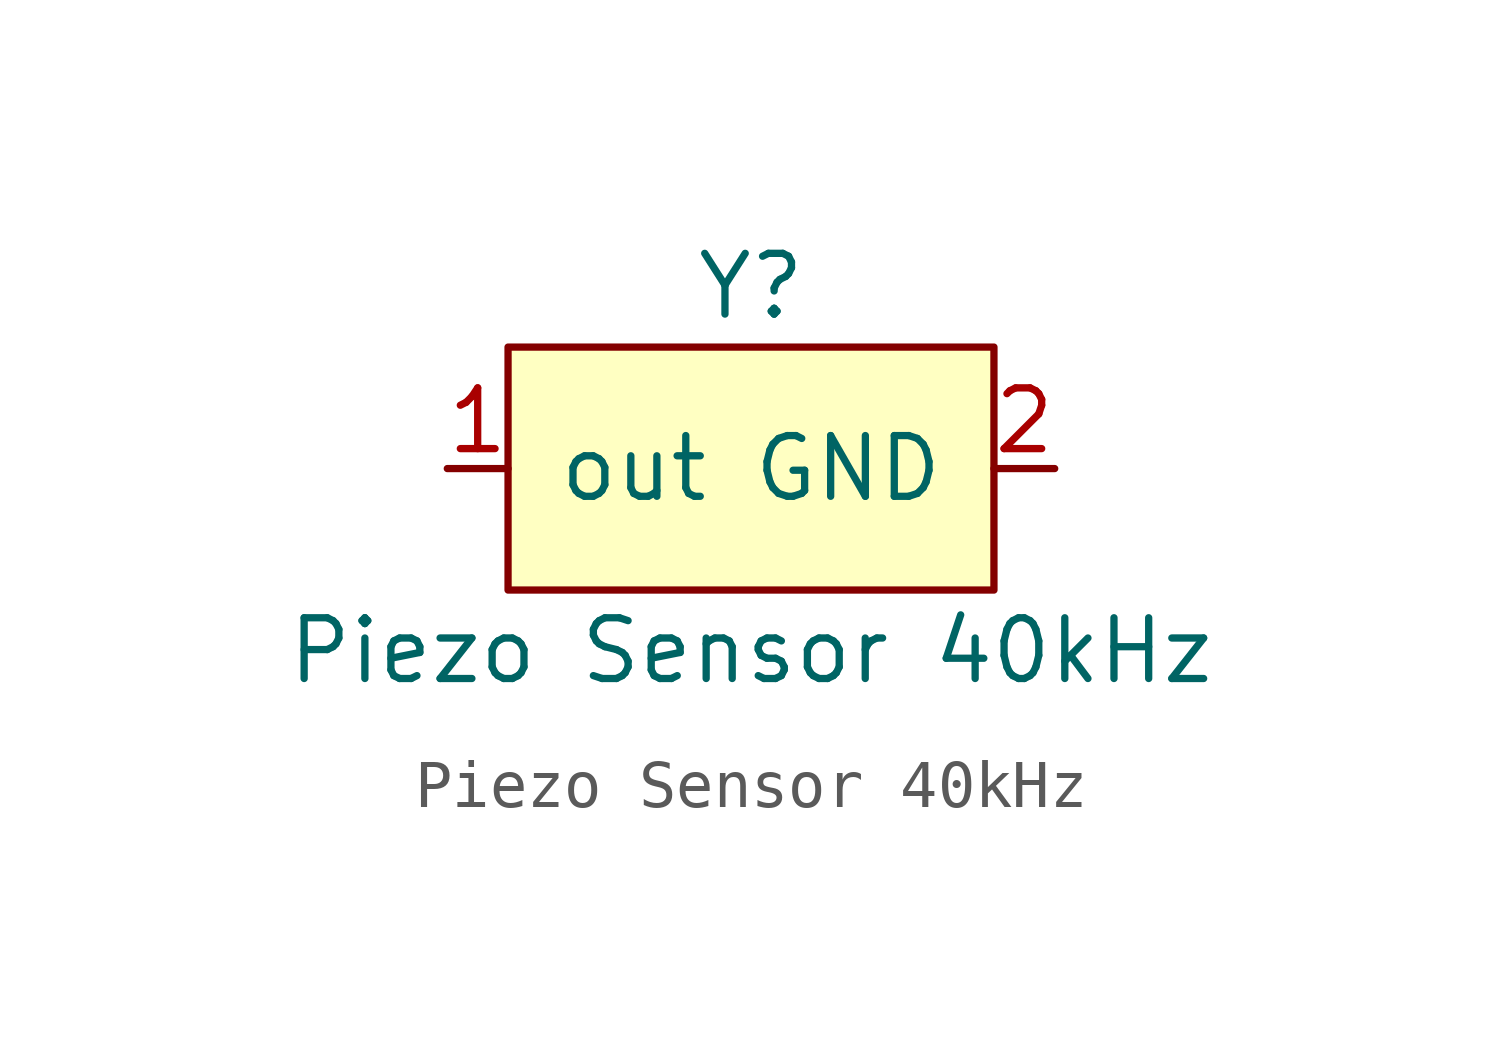
<source format=kicad_sym>
(kicad_symbol_lib
  (version 20211014)
  (generator kicad_symbol_editor)
  (symbol "Piezo Sensor 40kHz"
    (pin_names
      (offset 1.016))
    (property "Reference" "Y"
      (at 0 3.81 0)
      (effects (font (size 1.27 1.27))))
    (property "Value" "Piezo Sensor 40kHz"
      (at 0 -3.81 0)
      (effects (font (size 1.27 1.27))))
    (symbol "Piezo Sensor 40kHz_0_1"
      (rectangle (start 5.08 -2.54) (end -5.08 2.54) (stroke (width 0) (type default) (color 0 0 0 0)) (fill (type background))))
    (symbol "Piezo Sensor 40kHz_1_1"
      (pin output line (at -6.35 0 0) (length 1.27) (name "out" (effects (font (size 1.27 1.27)))) (number "1" (effects (font (size 1.27 1.27)))))
      (pin passive line (at 6.35 0 180) (length 1.27) (name "GND" (effects (font (size 1.27 1.27)))) (number "2" (effects (font (size 1.27 1.27))))))))
</source>
